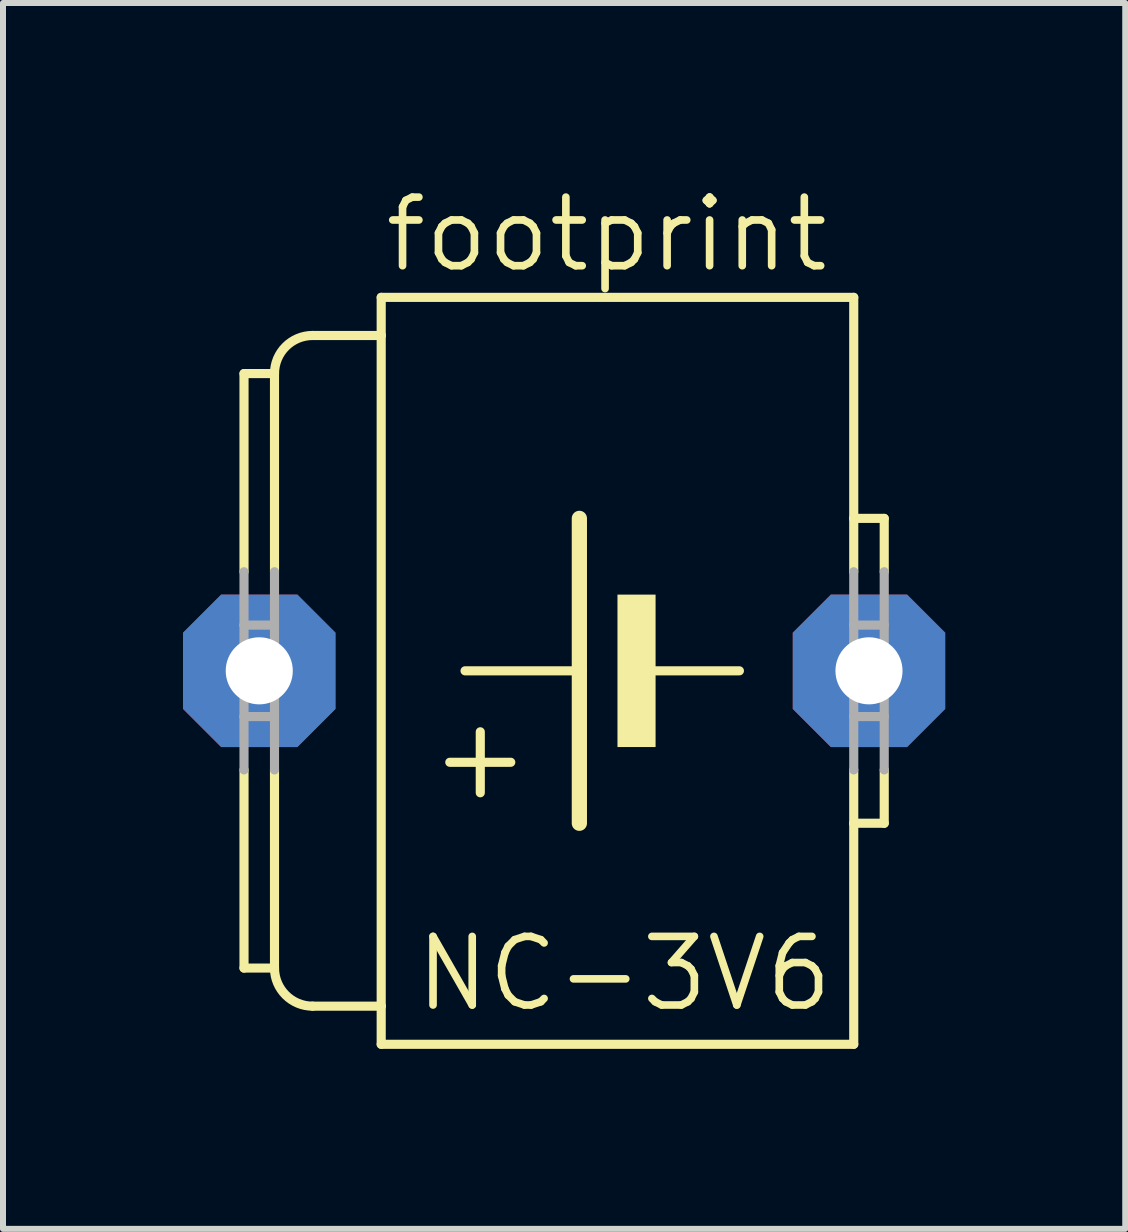
<source format=kicad_pcb>
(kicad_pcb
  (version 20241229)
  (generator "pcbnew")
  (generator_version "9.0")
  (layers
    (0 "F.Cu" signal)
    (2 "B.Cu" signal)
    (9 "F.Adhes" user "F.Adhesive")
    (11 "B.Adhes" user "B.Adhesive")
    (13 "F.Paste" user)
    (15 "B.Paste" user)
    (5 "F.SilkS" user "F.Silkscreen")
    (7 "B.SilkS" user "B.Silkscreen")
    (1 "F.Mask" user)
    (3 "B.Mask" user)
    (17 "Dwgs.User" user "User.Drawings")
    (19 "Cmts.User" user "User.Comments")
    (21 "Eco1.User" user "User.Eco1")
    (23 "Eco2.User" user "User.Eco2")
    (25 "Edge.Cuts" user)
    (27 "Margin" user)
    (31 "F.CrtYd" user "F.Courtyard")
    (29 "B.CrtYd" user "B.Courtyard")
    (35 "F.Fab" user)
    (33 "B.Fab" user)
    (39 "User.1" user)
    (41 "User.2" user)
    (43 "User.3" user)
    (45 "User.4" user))
  (footprint "footprint"
    (layer "F.Cu")
    (at 6.35 8.128)
    (property "Reference" "footprint" (at -3.048 -6.604 0) (layer "F.SilkS") (effects (font (size 1.143 1.143) (thickness 0.127)) (justify left bottom)))
    (fp_line (start -5.334 -1.651) (end -5.334 -4.953) (stroke (width 0.152) (type solid)) (layer "F.SilkS"))
    (fp_line (start -5.334 4.953) (end -5.334 1.651) (stroke (width 0.152) (type solid)) (layer "F.SilkS"))
    (fp_line (start -4.826 -4.953) (end -5.334 -4.953) (stroke (width 0.152) (type solid)) (layer "F.SilkS"))
    (fp_line (start -4.826 -1.651) (end -4.826 -4.953) (stroke (width 0.152) (type solid)) (layer "F.SilkS"))
    (fp_line (start -4.826 4.953) (end -5.334 4.953) (stroke (width 0.152) (type solid)) (layer "F.SilkS"))
    (fp_line (start -4.826 4.953) (end -4.826 1.651) (stroke (width 0.152) (type solid)) (layer "F.SilkS"))
    (fp_line (start -4.191 5.588) (end -3.048 5.588) (stroke (width 0.152) (type solid)) (layer "F.SilkS"))
    (fp_line (start -3.048 -6.223) (end -3.048 -5.588) (stroke (width 0.152) (type solid)) (layer "F.SilkS"))
    (fp_line (start -3.048 -6.223) (end 4.826 -6.223) (stroke (width 0.152) (type solid)) (layer "F.SilkS"))
    (fp_line (start -3.048 -5.588) (end -4.191 -5.588) (stroke (width 0.152) (type solid)) (layer "F.SilkS"))
    (fp_line (start -3.048 -5.588) (end -3.048 5.588) (stroke (width 0.152) (type solid)) (layer "F.SilkS"))
    (fp_line (start -3.048 5.588) (end -3.048 6.223) (stroke (width 0.152) (type solid)) (layer "F.SilkS"))
    (fp_line (start -3.048 6.223) (end 4.826 6.223) (stroke (width 0.152) (type solid)) (layer "F.SilkS"))
    (fp_line (start -1.397 2.032) (end -1.397 1.016) (stroke (width 0.152) (type solid)) (layer "F.SilkS"))
    (fp_line (start -0.889 1.524) (end -1.905 1.524) (stroke (width 0.152) (type solid)) (layer "F.SilkS"))
    (fp_line (start 0.254 0) (end -1.651 0) (stroke (width 0.152) (type solid)) (layer "F.SilkS"))
    (fp_line (start 0.254 0) (end 0.254 -2.54) (stroke (width 0.254) (type solid)) (layer "F.SilkS"))
    (fp_line (start 0.254 2.54) (end 0.254 0) (stroke (width 0.254) (type solid)) (layer "F.SilkS"))
    (fp_line (start 2.921 0) (end 1.524 0) (stroke (width 0.152) (type solid)) (layer "F.SilkS"))
    (fp_line (start 4.826 -2.54) (end 4.826 -6.223) (stroke (width 0.152) (type solid)) (layer "F.SilkS"))
    (fp_line (start 4.826 -1.651) (end 4.826 -2.54) (stroke (width 0.152) (type solid)) (layer "F.SilkS"))
    (fp_line (start 4.826 2.54) (end 4.826 1.651) (stroke (width 0.152) (type solid)) (layer "F.SilkS"))
    (fp_line (start 4.826 6.223) (end 4.826 2.54) (stroke (width 0.152) (type solid)) (layer "F.SilkS"))
    (fp_line (start 5.334 -2.54) (end 4.826 -2.54) (stroke (width 0.152) (type solid)) (layer "F.SilkS"))
    (fp_line (start 5.334 -1.651) (end 5.334 -2.54) (stroke (width 0.152) (type solid)) (layer "F.SilkS"))
    (fp_line (start 5.334 1.651) (end 5.334 2.54) (stroke (width 0.152) (type solid)) (layer "F.SilkS"))
    (fp_line (start 5.334 2.54) (end 4.826 2.54) (stroke (width 0.152) (type solid)) (layer "F.SilkS"))
    (fp_arc (start -4.826 -4.953) (mid -4.640013 -5.402013) (end -4.191 -5.588) (stroke (width 0.1524) (type solid)) (layer "F.SilkS"))
    (fp_arc (start -4.191 5.588) (mid -4.640013 5.402013) (end -4.826 4.953) (stroke (width 0.1524) (type solid)) (layer "F.SilkS"))
    (fp_poly (pts (xy 0.889 1.27) (xy 1.524 1.27) (xy 1.524 -1.27) (xy 0.889 -1.27)) (stroke (width 0) (type solid)) (fill yes) (layer "F.SilkS"))
    (fp_line (start -5.334 -0.762) (end -5.334 -1.651) (stroke (width 0.152) (type solid)) (layer "F.Fab"))
    (fp_line (start -5.334 0.762) (end -5.334 -0.762) (stroke (width 0.152) (type solid)) (layer "F.Fab"))
    (fp_line (start -5.334 1.651) (end -5.334 0.762) (stroke (width 0.152) (type solid)) (layer "F.Fab"))
    (fp_line (start -4.826 -0.762) (end -5.334 -0.762) (stroke (width 0.152) (type solid)) (layer "F.Fab"))
    (fp_line (start -4.826 -0.762) (end -4.826 -1.651) (stroke (width 0.152) (type solid)) (layer "F.Fab"))
    (fp_line (start -4.826 0.762) (end -5.334 0.762) (stroke (width 0.152) (type solid)) (layer "F.Fab"))
    (fp_line (start -4.826 0.762) (end -4.826 -0.762) (stroke (width 0.152) (type solid)) (layer "F.Fab"))
    (fp_line (start -4.826 1.651) (end -4.826 0.762) (stroke (width 0.152) (type solid)) (layer "F.Fab"))
    (fp_line (start 4.826 -0.762) (end 4.826 -1.651) (stroke (width 0.152) (type solid)) (layer "F.Fab"))
    (fp_line (start 4.826 0.762) (end 4.826 -0.762) (stroke (width 0.152) (type solid)) (layer "F.Fab"))
    (fp_line (start 4.826 1.651) (end 4.826 0.762) (stroke (width 0.152) (type solid)) (layer "F.Fab"))
    (fp_line (start 5.334 -0.762) (end 4.826 -0.762) (stroke (width 0.152) (type solid)) (layer "F.Fab"))
    (fp_line (start 5.334 -0.762) (end 5.334 -1.651) (stroke (width 0.152) (type solid)) (layer "F.Fab"))
    (fp_line (start 5.334 0.762) (end 4.826 0.762) (stroke (width 0.152) (type solid)) (layer "F.Fab"))
    (fp_line (start 5.334 0.762) (end 5.334 -0.762) (stroke (width 0.152) (type solid)) (layer "F.Fab"))
    (fp_line (start 5.334 1.651) (end 5.334 0.762) (stroke (width 0.152) (type solid)) (layer "F.Fab"))
    (fp_text user "NC-3V6" (at -2.54 5.715 0) (layer "F.SilkS") (effects (font (size 1.143 1.143) (thickness 0.127)) (justify left bottom)))
    (pad "+" thru_hole roundrect (at -5.08 0) (size 2.54 2.54) (drill 1.118) (layers "*.Cu" "*.Mask") (roundrect_rratio 0.25) (chamfer_ratio 0.25) (chamfer top_left top_right bottom_left bottom_right))
    (pad "-" thru_hole roundrect (at 5.08 0) (size 2.54 2.54) (drill 1.118) (layers "*.Cu" "*.Mask") (roundrect_rratio 0.25) (chamfer_ratio 0.25) (chamfer top_left top_right bottom_left bottom_right)))
  (gr_rect
    (start -3 -3)
    (end 15.7 17.427)
    (stroke (width 0.1) (type default))
    (fill no)
    (layer "Edge.Cuts")))
</source>
